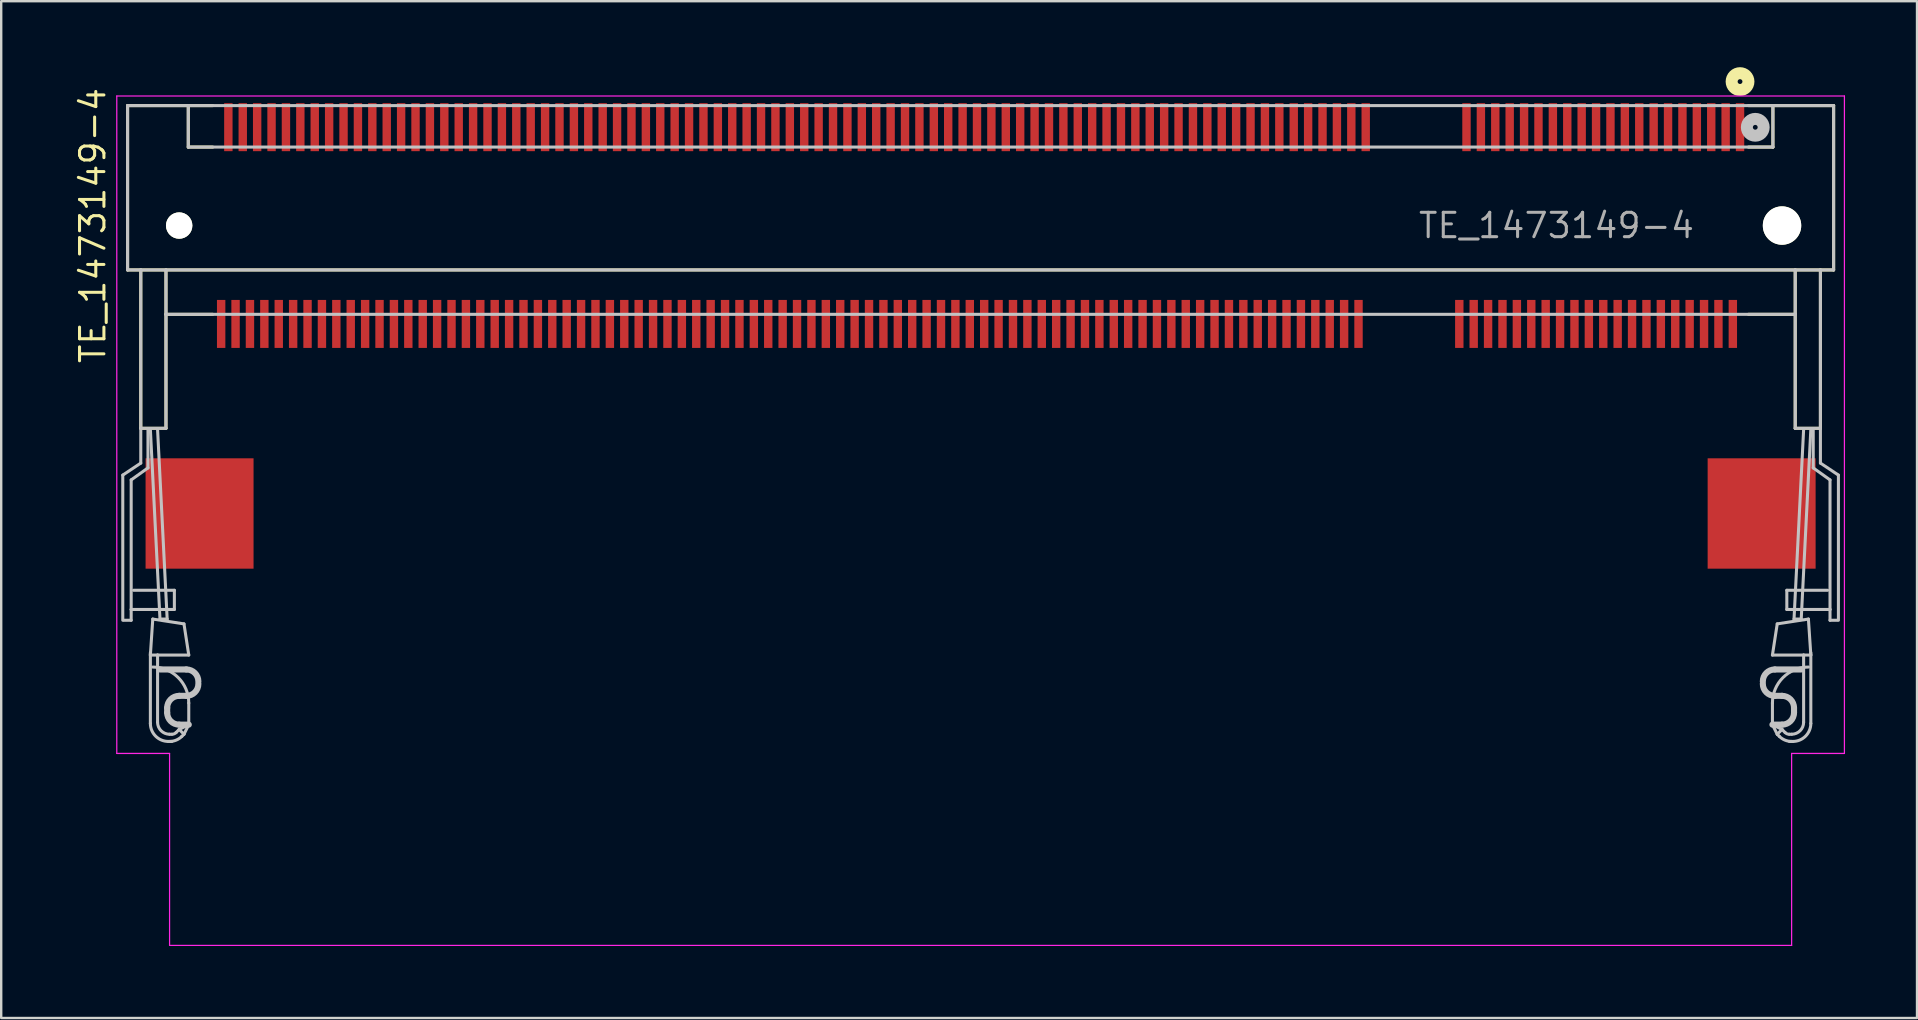
<source format=kicad_pcb>
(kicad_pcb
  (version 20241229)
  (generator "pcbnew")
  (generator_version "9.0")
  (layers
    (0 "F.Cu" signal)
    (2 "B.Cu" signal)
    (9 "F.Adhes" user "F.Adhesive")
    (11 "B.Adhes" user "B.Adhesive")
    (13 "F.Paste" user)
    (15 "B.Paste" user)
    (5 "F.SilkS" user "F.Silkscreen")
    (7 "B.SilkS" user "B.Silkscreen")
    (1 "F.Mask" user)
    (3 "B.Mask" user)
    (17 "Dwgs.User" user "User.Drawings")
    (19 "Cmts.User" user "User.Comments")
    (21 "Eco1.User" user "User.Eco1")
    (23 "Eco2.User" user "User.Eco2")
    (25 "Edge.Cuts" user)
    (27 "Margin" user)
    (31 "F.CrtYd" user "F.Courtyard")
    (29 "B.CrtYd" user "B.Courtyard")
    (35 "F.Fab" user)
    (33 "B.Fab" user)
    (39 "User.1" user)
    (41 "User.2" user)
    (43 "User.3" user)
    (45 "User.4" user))
  (footprint "TE_1473149-4"
    (layer "F.Cu")
    (at 37.817 6.35)
    (property "Reference" "TE_1473149-4" (at -37 0 90) (layer "F.SilkS") (effects (font (size 1.016 1.016) (thickness 0.127))))
    (attr smd)
    (fp_line (start -35.55 -5) (end -35.55 1.85) (stroke (width 0.127) (type solid)) (layer "F.SilkS"))
    (fp_line (start -35.55 -5) (end -33.02 -5) (stroke (width 0.127) (type solid)) (layer "F.SilkS"))
    (fp_line (start -35.55 1.85) (end -35 1.85) (stroke (width 0.127) (type solid)) (layer "F.SilkS"))
    (fp_line (start -35 1.85) (end -35 8.45) (stroke (width 0.127) (type solid)) (layer "F.SilkS"))
    (fp_line (start -35 1.85) (end -33.95 1.85) (stroke (width 0.127) (type solid)) (layer "F.SilkS"))
    (fp_line (start -33.95 1.85) (end -33.95 3.7) (stroke (width 0.127) (type solid)) (layer "F.SilkS"))
    (fp_line (start -33.95 1.85) (end 33.95 1.85) (stroke (width 0.127) (type solid)) (layer "F.SilkS"))
    (fp_line (start -33.95 3.7) (end -33.95 8.45) (stroke (width 0.127) (type solid)) (layer "F.SilkS"))
    (fp_line (start -33.95 3.7) (end -32 3.7) (stroke (width 0.127) (type solid)) (layer "F.SilkS"))
    (fp_line (start -33.95 8.45) (end -35 8.45) (stroke (width 0.127) (type solid)) (layer "F.SilkS"))
    (fp_line (start -33.02 -5) (end -33.02 -3.27) (stroke (width 0.127) (type solid)) (layer "F.SilkS"))
    (fp_line (start -33.02 -3.27) (end -32 -3.27) (stroke (width 0.127) (type solid)) (layer "F.SilkS"))
    (fp_line (start -33 -5) (end -32 -5) (stroke (width 0.127) (type solid)) (layer "F.SilkS"))
    (fp_line (start 32 -5) (end 33 -5) (stroke (width 0.127) (type solid)) (layer "F.SilkS"))
    (fp_line (start 32 3.7) (end 33.95 3.7) (stroke (width 0.127) (type solid)) (layer "F.SilkS"))
    (fp_line (start 33.02 -5) (end 33.02 -3.27) (stroke (width 0.127) (type solid)) (layer "F.SilkS"))
    (fp_line (start 33.02 -3.27) (end 32 -3.27) (stroke (width 0.127) (type solid)) (layer "F.SilkS"))
    (fp_line (start 33.95 1.85) (end 33.95 8.45) (stroke (width 0.127) (type solid)) (layer "F.SilkS"))
    (fp_line (start 33.95 1.85) (end 35 1.85) (stroke (width 0.127) (type solid)) (layer "F.SilkS"))
    (fp_line (start 33.95 8.45) (end 35 8.45) (stroke (width 0.127) (type solid)) (layer "F.SilkS"))
    (fp_line (start 35 1.85) (end 35.55 1.85) (stroke (width 0.127) (type solid)) (layer "F.SilkS"))
    (fp_line (start 35 8.45) (end 35 1.85) (stroke (width 0.127) (type solid)) (layer "F.SilkS"))
    (fp_line (start 35.55 -5) (end 33.02 -5) (stroke (width 0.127) (type solid)) (layer "F.SilkS"))
    (fp_line (start 35.55 1.85) (end 35.55 -5) (stroke (width 0.127) (type solid)) (layer "F.SilkS"))
    (fp_circle (center 31.65 -6) (end 31.75 -6) (stroke (width 0.5) (type solid)) (fill no) (layer "F.SilkS"))
    (fp_line (start -35.75 10.4) (end -35.75 16.45) (stroke (width 0.127) (type solid)) (layer "Dwgs.User"))
    (fp_line (start -35.7 16.45) (end -35.4 16.45) (stroke (width 0.127) (type solid)) (layer "Dwgs.User"))
    (fp_line (start -35.55 -5) (end -35.55 1.85) (stroke (width 0.127) (type solid)) (layer "Dwgs.User"))
    (fp_line (start -35.55 1.85) (end -35 1.85) (stroke (width 0.127) (type solid)) (layer "Dwgs.User"))
    (fp_line (start -35.4 16) (end -35.4 10.6) (stroke (width 0.127) (type solid)) (layer "Dwgs.User"))
    (fp_line (start -35.4 16.45) (end -35.4 16) (stroke (width 0.127) (type solid)) (layer "Dwgs.User"))
    (fp_line (start -35.3 15.2) (end -33.6 15.2) (stroke (width 0.127) (type solid)) (layer "Dwgs.User"))
    (fp_line (start -35 1.85) (end -35 8.45) (stroke (width 0.127) (type solid)) (layer "Dwgs.User"))
    (fp_line (start -35 1.85) (end -33.95 1.85) (stroke (width 0.127) (type solid)) (layer "Dwgs.User"))
    (fp_line (start -35 8.45) (end -35 9.9) (stroke (width 0.127) (type solid)) (layer "Dwgs.User"))
    (fp_line (start -35 8.45) (end -33.95 8.45) (stroke (width 0.127) (type solid)) (layer "Dwgs.User"))
    (fp_line (start -35 9.9) (end -35.75 10.4) (stroke (width 0.127) (type solid)) (layer "Dwgs.User"))
    (fp_line (start -34.7 8.5) (end -34.7 10.1) (stroke (width 0.127) (type solid)) (layer "Dwgs.User"))
    (fp_line (start -34.7 10.1) (end -35.4 10.6) (stroke (width 0.127) (type solid)) (layer "Dwgs.User"))
    (fp_line (start -34.6 8.5) (end -34.2 16.4) (stroke (width 0.127) (type solid)) (layer "Dwgs.User"))
    (fp_line (start -34.6 17.8) (end -34.6 20.75) (stroke (width 0.127) (type solid)) (layer "Dwgs.User"))
    (fp_line (start -34.6 17.9) (end -34.5 16.4) (stroke (width 0.127) (type solid)) (layer "Dwgs.User"))
    (fp_line (start -34.5 16.4) (end -33.2 16.6) (stroke (width 0.127) (type solid)) (layer "Dwgs.User"))
    (fp_line (start -34.3 17.9) (end -34.6 17.9) (stroke (width 0.127) (type solid)) (layer "Dwgs.User"))
    (fp_line (start -34.3 20.7) (end -34.3 17.9) (stroke (width 0.127) (type solid)) (layer "Dwgs.User"))
    (fp_line (start -34.2 16.4) (end -33.9 16.4) (stroke (width 0.127) (type solid)) (layer "Dwgs.User"))
    (fp_line (start -33.95 1.85) (end 33.95 1.85) (stroke (width 0.127) (type solid)) (layer "Dwgs.User"))
    (fp_line (start -33.95 3.7) (end -33.95 1.85) (stroke (width 0.127) (type solid)) (layer "Dwgs.User"))
    (fp_line (start -33.95 8.45) (end -33.95 3.7) (stroke (width 0.127) (type solid)) (layer "Dwgs.User"))
    (fp_line (start -33.9 16.4) (end -34.3 8.5) (stroke (width 0.127) (type solid)) (layer "Dwgs.User"))
    (fp_line (start -33.9 20.3) (end -33.9 20.1) (stroke (width 0.254) (type solid)) (layer "Dwgs.User"))
    (fp_line (start -33.85 21.5) (end -33.8 21.5) (stroke (width 0.127) (type solid)) (layer "Dwgs.User"))
    (fp_line (start -33.8 21.5) (end -33.707 21.5) (stroke (width 0.127) (type solid)) (layer "Dwgs.User"))
    (fp_line (start -33.707 21.2) (end -33.8 21.2) (stroke (width 0.127) (type solid)) (layer "Dwgs.User"))
    (fp_line (start -33.6 15.2) (end -33.6 16) (stroke (width 0.127) (type solid)) (layer "Dwgs.User"))
    (fp_line (start -33.6 16) (end -35.4 16) (stroke (width 0.127) (type solid)) (layer "Dwgs.User"))
    (fp_line (start -33.529 21.129) (end -33.4 21) (stroke (width 0.127) (type solid)) (layer "Dwgs.User"))
    (fp_line (start -33.4 19.6) (end -33.1 19.6) (stroke (width 0.254) (type solid)) (layer "Dwgs.User"))
    (fp_line (start -33.288 21.288) (end -33.2 21.2) (stroke (width 0.127) (type solid)) (layer "Dwgs.User"))
    (fp_line (start -33.2 16.6) (end -33 17.9) (stroke (width 0.127) (type solid)) (layer "Dwgs.User"))
    (fp_line (start -33.2 21.2) (end -33.4 21) (stroke (width 0.127) (type solid)) (layer "Dwgs.User"))
    (fp_line (start -33.2 21.2) (end -33 20.8) (stroke (width 0.127) (type solid)) (layer "Dwgs.User"))
    (fp_line (start -33.1 18.5) (end -34.2 18.5) (stroke (width 0.254) (type solid)) (layer "Dwgs.User"))
    (fp_line (start -33.02 -5) (end -35.55 -5) (stroke (width 0.127) (type solid)) (layer "Dwgs.User"))
    (fp_line (start -33.02 -3.27) (end -33.02 -5) (stroke (width 0.127) (type solid)) (layer "Dwgs.User"))
    (fp_line (start -33 17.9) (end -34.3 17.9) (stroke (width 0.127) (type solid)) (layer "Dwgs.User"))
    (fp_line (start -33 20.8) (end -33.4 20.8) (stroke (width 0.254) (type solid)) (layer "Dwgs.User"))
    (fp_line (start -33 20.8) (end -33.4 21) (stroke (width 0.127) (type solid)) (layer "Dwgs.User"))
    (fp_line (start -33 20.8) (end -33 19.9) (stroke (width 0.127) (type solid)) (layer "Dwgs.User"))
    (fp_line (start -32.6 19.1) (end -32.6 19) (stroke (width 0.127) (type solid)) (layer "Dwgs.User"))
    (fp_line (start 32.6 19.1) (end 32.6 19) (stroke (width 0.127) (type solid)) (layer "Dwgs.User"))
    (fp_line (start 33 17.9) (end 34.3 17.9) (stroke (width 0.127) (type solid)) (layer "Dwgs.User"))
    (fp_line (start 33 20.8) (end 33 19.9) (stroke (width 0.127) (type solid)) (layer "Dwgs.User"))
    (fp_line (start 33 20.8) (end 33.4 20.8) (stroke (width 0.254) (type solid)) (layer "Dwgs.User"))
    (fp_line (start 33 20.8) (end 33.4 21) (stroke (width 0.127) (type solid)) (layer "Dwgs.User"))
    (fp_line (start 33.02 -5) (end -33.02 -5) (stroke (width 0.127) (type solid)) (layer "Dwgs.User"))
    (fp_line (start 33.02 -5) (end 33.02 -3.27) (stroke (width 0.127) (type solid)) (layer "Dwgs.User"))
    (fp_line (start 33.02 -3.27) (end -33.02 -3.27) (stroke (width 0.127) (type solid)) (layer "Dwgs.User"))
    (fp_line (start 33.1 18.5) (end 34.2 18.5) (stroke (width 0.254) (type solid)) (layer "Dwgs.User"))
    (fp_line (start 33.2 16.6) (end 33 17.9) (stroke (width 0.127) (type solid)) (layer "Dwgs.User"))
    (fp_line (start 33.2 21.2) (end 33 20.8) (stroke (width 0.127) (type solid)) (layer "Dwgs.User"))
    (fp_line (start 33.2 21.2) (end 33.4 21) (stroke (width 0.127) (type solid)) (layer "Dwgs.User"))
    (fp_line (start 33.288 21.288) (end 33.2 21.2) (stroke (width 0.127) (type solid)) (layer "Dwgs.User"))
    (fp_line (start 33.4 19.6) (end 33.1 19.6) (stroke (width 0.254) (type solid)) (layer "Dwgs.User"))
    (fp_line (start 33.529 21.129) (end 33.4 21) (stroke (width 0.127) (type solid)) (layer "Dwgs.User"))
    (fp_line (start 33.6 15.2) (end 33.6 16) (stroke (width 0.127) (type solid)) (layer "Dwgs.User"))
    (fp_line (start 33.6 16) (end 35.4 16) (stroke (width 0.127) (type solid)) (layer "Dwgs.User"))
    (fp_line (start 33.707 21.2) (end 33.8 21.2) (stroke (width 0.127) (type solid)) (layer "Dwgs.User"))
    (fp_line (start 33.8 21.5) (end 33.707 21.5) (stroke (width 0.127) (type solid)) (layer "Dwgs.User"))
    (fp_line (start 33.85 21.5) (end 33.8 21.5) (stroke (width 0.127) (type solid)) (layer "Dwgs.User"))
    (fp_line (start 33.9 16.4) (end 34.3 8.5) (stroke (width 0.127) (type solid)) (layer "Dwgs.User"))
    (fp_line (start 33.9 20.3) (end 33.9 20.1) (stroke (width 0.254) (type solid)) (layer "Dwgs.User"))
    (fp_line (start 33.95 1.85) (end 33.95 3.7) (stroke (width 0.127) (type solid)) (layer "Dwgs.User"))
    (fp_line (start 33.95 1.85) (end 35.55 1.85) (stroke (width 0.127) (type solid)) (layer "Dwgs.User"))
    (fp_line (start 33.95 3.7) (end -33.95 3.7) (stroke (width 0.127) (type solid)) (layer "Dwgs.User"))
    (fp_line (start 33.95 8.45) (end 33.95 3.7) (stroke (width 0.127) (type solid)) (layer "Dwgs.User"))
    (fp_line (start 34.2 16.4) (end 33.9 16.4) (stroke (width 0.127) (type solid)) (layer "Dwgs.User"))
    (fp_line (start 34.3 17.9) (end 34.6 17.9) (stroke (width 0.127) (type solid)) (layer "Dwgs.User"))
    (fp_line (start 34.3 20.7) (end 34.3 17.9) (stroke (width 0.127) (type solid)) (layer "Dwgs.User"))
    (fp_line (start 34.5 16.4) (end 33.2 16.6) (stroke (width 0.127) (type solid)) (layer "Dwgs.User"))
    (fp_line (start 34.6 8.5) (end 34.2 16.4) (stroke (width 0.127) (type solid)) (layer "Dwgs.User"))
    (fp_line (start 34.6 17.8) (end 34.6 20.75) (stroke (width 0.127) (type solid)) (layer "Dwgs.User"))
    (fp_line (start 34.6 17.9) (end 34.5 16.4) (stroke (width 0.127) (type solid)) (layer "Dwgs.User"))
    (fp_line (start 34.7 8.5) (end 34.7 10.1) (stroke (width 0.127) (type solid)) (layer "Dwgs.User"))
    (fp_line (start 34.7 10.1) (end 35.4 10.6) (stroke (width 0.127) (type solid)) (layer "Dwgs.User"))
    (fp_line (start 35 1.85) (end 35 8.45) (stroke (width 0.127) (type solid)) (layer "Dwgs.User"))
    (fp_line (start 35 8.45) (end 33.95 8.45) (stroke (width 0.127) (type solid)) (layer "Dwgs.User"))
    (fp_line (start 35 8.45) (end 35 9.9) (stroke (width 0.127) (type solid)) (layer "Dwgs.User"))
    (fp_line (start 35 9.9) (end 35.75 10.4) (stroke (width 0.127) (type solid)) (layer "Dwgs.User"))
    (fp_line (start 35.3 15.2) (end 33.6 15.2) (stroke (width 0.127) (type solid)) (layer "Dwgs.User"))
    (fp_line (start 35.4 16) (end 35.4 10.6) (stroke (width 0.127) (type solid)) (layer "Dwgs.User"))
    (fp_line (start 35.4 16.45) (end 35.4 16) (stroke (width 0.127) (type solid)) (layer "Dwgs.User"))
    (fp_line (start 35.55 -5) (end 33.02 -5) (stroke (width 0.127) (type solid)) (layer "Dwgs.User"))
    (fp_line (start 35.55 1.85) (end 35.55 -5) (stroke (width 0.127) (type solid)) (layer "Dwgs.User"))
    (fp_line (start 35.7 16.45) (end 35.4 16.45) (stroke (width 0.127) (type solid)) (layer "Dwgs.User"))
    (fp_line (start 35.75 10.4) (end 35.75 16.45) (stroke (width 0.127) (type solid)) (layer "Dwgs.User"))
    (fp_arc (start -34.5 18.4) (mid -33.43934 18.83934) (end -33 19.9) (stroke (width 0.127) (type solid)) (layer "Dwgs.User"))
    (fp_arc (start -33.9 20.1) (mid -33.753553 19.746447) (end -33.4 19.6) (stroke (width 0.254) (type solid)) (layer "Dwgs.User"))
    (fp_arc (start -33.85 21.5) (mid -34.38033 21.28033) (end -34.6 20.75) (stroke (width 0.127) (type solid)) (layer "Dwgs.User"))
    (fp_arc (start -33.8 21.2) (mid -34.153553 21.053553) (end -34.3 20.7) (stroke (width 0.127) (type solid)) (layer "Dwgs.User"))
    (fp_arc (start -33.5293 21.1293) (mid -33.607423 21.18155) (end -33.699579 21.200006) (stroke (width 0.127) (type solid)) (layer "Dwgs.User"))
    (fp_arc (start -33.4 20.8) (mid -33.753553 20.653553) (end -33.9 20.3) (stroke (width 0.254) (type solid)) (layer "Dwgs.User"))
    (fp_arc (start -33.2879 21.2879) (mid -33.52227 21.444649) (end -33.798736 21.500018) (stroke (width 0.127) (type solid)) (layer "Dwgs.User"))
    (fp_arc (start -33.1 18.5) (mid -32.746447 18.646447) (end -32.6 19) (stroke (width 0.254) (type solid)) (layer "Dwgs.User"))
    (fp_arc (start -32.6 19.1) (mid -32.746447 19.453553) (end -33.1 19.6) (stroke (width 0.254) (type solid)) (layer "Dwgs.User"))
    (fp_arc (start 32.6 19) (mid 32.746447 18.646447) (end 33.1 18.5) (stroke (width 0.254) (type solid)) (layer "Dwgs.User"))
    (fp_arc (start 33 19.9) (mid 33.43934 18.83934) (end 34.5 18.4) (stroke (width 0.127) (type solid)) (layer "Dwgs.User"))
    (fp_arc (start 33.1 19.6) (mid 32.746447 19.453553) (end 32.6 19.1) (stroke (width 0.254) (type solid)) (layer "Dwgs.User"))
    (fp_arc (start 33.4 19.6) (mid 33.753553 19.746447) (end 33.9 20.1) (stroke (width 0.254) (type solid)) (layer "Dwgs.User"))
    (fp_arc (start 33.699579 21.200006) (mid 33.607423 21.18155) (end 33.5293 21.1293) (stroke (width 0.127) (type solid)) (layer "Dwgs.User"))
    (fp_arc (start 33.798736 21.500018) (mid 33.52227 21.444649) (end 33.2879 21.2879) (stroke (width 0.127) (type solid)) (layer "Dwgs.User"))
    (fp_arc (start 33.9 20.3) (mid 33.753553 20.653553) (end 33.4 20.8) (stroke (width 0.254) (type solid)) (layer "Dwgs.User"))
    (fp_arc (start 34.3 20.7) (mid 34.153553 21.053553) (end 33.8 21.2) (stroke (width 0.127) (type solid)) (layer "Dwgs.User"))
    (fp_arc (start 34.6 20.75) (mid 34.38033 21.28033) (end 33.85 21.5) (stroke (width 0.127) (type solid)) (layer "Dwgs.User"))
    (fp_circle (center 32.285 -4.095) (end 32.385 -4.095) (stroke (width 0.5) (type solid)) (fill no) (layer "Dwgs.User"))
    (fp_line (start -36 -5.35) (end 36 -5.35) (stroke (width 0.05) (type solid)) (layer "Eco1.User"))
    (fp_line (start -36 21.75) (end -36 -5.35) (stroke (width 0.05) (type solid)) (layer "Eco1.User"))
    (fp_line (start -36 21.75) (end -30.05 21.75) (stroke (width 0.05) (type solid)) (layer "Eco1.User"))
    (fp_line (start -30.05 5.35) (end 30.05 5.35) (stroke (width 0.05) (type solid)) (layer "Eco1.User"))
    (fp_line (start -30.05 21.75) (end -30.05 5.35) (stroke (width 0.05) (type solid)) (layer "Eco1.User"))
    (fp_line (start 30.05 5.35) (end 30.05 21.75) (stroke (width 0.05) (type solid)) (layer "Eco1.User"))
    (fp_line (start 30.05 21.75) (end 36 21.75) (stroke (width 0.05) (type solid)) (layer "Eco1.User"))
    (fp_line (start 36 -5.35) (end 36 21.75) (stroke (width 0.05) (type solid)) (layer "Eco1.User"))
    (fp_line (start -36 22) (end -36 -5.4) (stroke (width 0.051) (type solid)) (layer "F.CrtYd"))
    (fp_line (start -33.8 22) (end -36 22) (stroke (width 0.051) (type solid)) (layer "F.CrtYd"))
    (fp_line (start -33.8 22) (end -33.8 30) (stroke (width 0.051) (type solid)) (layer "F.CrtYd"))
    (fp_line (start -33.8 30) (end 33.8 30) (stroke (width 0.051) (type solid)) (layer "F.CrtYd"))
    (fp_line (start 33.8 22) (end 36 22) (stroke (width 0.051) (type solid)) (layer "F.CrtYd"))
    (fp_line (start 33.8 30) (end 33.8 22) (stroke (width 0.051) (type solid)) (layer "F.CrtYd"))
    (fp_line (start 36 -5.4) (end -36 -5.4) (stroke (width 0.051) (type solid)) (layer "F.CrtYd"))
    (fp_line (start 36 22) (end 36 -5.4) (stroke (width 0.051) (type solid)) (layer "F.CrtYd"))
    (fp_text user "${REFERENCE}" (at 24 0 0) (layer "F.Fab") (effects (font (size 1.016 1.016) (thickness 0.127))))
    (pad "" np_thru_hole circle (at -33.4 0) (size 1.1 1.1) (drill 1.1) (layers "*.Cu" "*.Mask" "F.SilkS"))
    (pad "" np_thru_hole circle (at 33.4 0) (size 1.6 1.6) (drill 1.6) (layers "*.Cu" "*.Mask" "F.SilkS"))
    (pad "1" smd rect (at 31.65 -4.1 90) (size 2 0.35) (layers "F.Cu" "F.Mask" "F.Paste"))
    (pad "2" smd rect (at 31.35 4.1 90) (size 2 0.35) (layers "F.Cu" "F.Mask" "F.Paste"))
    (pad "3" smd rect (at 31.05 -4.1 90) (size 2 0.35) (layers "F.Cu" "F.Mask" "F.Paste"))
    (pad "4" smd rect (at 30.75 4.1 90) (size 2 0.35) (layers "F.Cu" "F.Mask" "F.Paste"))
    (pad "5" smd rect (at 30.45 -4.1 90) (size 2 0.35) (layers "F.Cu" "F.Mask" "F.Paste"))
    (pad "6" smd rect (at 30.15 4.1 90) (size 2 0.35) (layers "F.Cu" "F.Mask" "F.Paste"))
    (pad "7" smd rect (at 29.85 -4.1 90) (size 2 0.35) (layers "F.Cu" "F.Mask" "F.Paste"))
    (pad "8" smd rect (at 29.55 4.1 90) (size 2 0.35) (layers "F.Cu" "F.Mask" "F.Paste"))
    (pad "9" smd rect (at 29.25 -4.1 90) (size 2 0.35) (layers "F.Cu" "F.Mask" "F.Paste"))
    (pad "10" smd rect (at 28.95 4.1 90) (size 2 0.35) (layers "F.Cu" "F.Mask" "F.Paste"))
    (pad "11" smd rect (at 28.65 -4.1 90) (size 2 0.35) (layers "F.Cu" "F.Mask" "F.Paste"))
    (pad "12" smd rect (at 28.35 4.1 90) (size 2 0.35) (layers "F.Cu" "F.Mask" "F.Paste"))
    (pad "13" smd rect (at 28.05 -4.1 90) (size 2 0.35) (layers "F.Cu" "F.Mask" "F.Paste"))
    (pad "14" smd rect (at 27.75 4.1 90) (size 2 0.35) (layers "F.Cu" "F.Mask" "F.Paste"))
    (pad "15" smd rect (at 27.45 -4.1 90) (size 2 0.35) (layers "F.Cu" "F.Mask" "F.Paste"))
    (pad "16" smd rect (at 27.15 4.1 90) (size 2 0.35) (layers "F.Cu" "F.Mask" "F.Paste"))
    (pad "17" smd rect (at 26.85 -4.1 90) (size 2 0.35) (layers "F.Cu" "F.Mask" "F.Paste"))
    (pad "18" smd rect (at 26.55 4.1 90) (size 2 0.35) (layers "F.Cu" "F.Mask" "F.Paste"))
    (pad "19" smd rect (at 26.25 -4.1 90) (size 2 0.35) (layers "F.Cu" "F.Mask" "F.Paste"))
    (pad "20" smd rect (at 25.95 4.1 90) (size 2 0.35) (layers "F.Cu" "F.Mask" "F.Paste"))
    (pad "21" smd rect (at 25.65 -4.1 90) (size 2 0.35) (layers "F.Cu" "F.Mask" "F.Paste"))
    (pad "22" smd rect (at 25.35 4.1 90) (size 2 0.35) (layers "F.Cu" "F.Mask" "F.Paste"))
    (pad "23" smd rect (at 25.05 -4.1 90) (size 2 0.35) (layers "F.Cu" "F.Mask" "F.Paste"))
    (pad "24" smd rect (at 24.75 4.1 90) (size 2 0.35) (layers "F.Cu" "F.Mask" "F.Paste"))
    (pad "25" smd rect (at 24.45 -4.1 90) (size 2 0.35) (layers "F.Cu" "F.Mask" "F.Paste"))
    (pad "26" smd rect (at 24.15 4.1 90) (size 2 0.35) (layers "F.Cu" "F.Mask" "F.Paste"))
    (pad "27" smd rect (at 23.85 -4.1 90) (size 2 0.35) (layers "F.Cu" "F.Mask" "F.Paste"))
    (pad "28" smd rect (at 23.55 4.1 90) (size 2 0.35) (layers "F.Cu" "F.Mask" "F.Paste"))
    (pad "29" smd rect (at 23.25 -4.1 90) (size 2 0.35) (layers "F.Cu" "F.Mask" "F.Paste"))
    (pad "30" smd rect (at 22.95 4.1 90) (size 2 0.35) (layers "F.Cu" "F.Mask" "F.Paste"))
    (pad "31" smd rect (at 22.65 -4.1 90) (size 2 0.35) (layers "F.Cu" "F.Mask" "F.Paste"))
    (pad "32" smd rect (at 22.35 4.1 90) (size 2 0.35) (layers "F.Cu" "F.Mask" "F.Paste"))
    (pad "33" smd rect (at 22.05 -4.1 90) (size 2 0.35) (layers "F.Cu" "F.Mask" "F.Paste"))
    (pad "34" smd rect (at 21.75 4.1 90) (size 2 0.35) (layers "F.Cu" "F.Mask" "F.Paste"))
    (pad "35" smd rect (at 21.45 -4.1 90) (size 2 0.35) (layers "F.Cu" "F.Mask" "F.Paste"))
    (pad "36" smd rect (at 21.15 4.1 90) (size 2 0.35) (layers "F.Cu" "F.Mask" "F.Paste"))
    (pad "37" smd rect (at 20.85 -4.1 90) (size 2 0.35) (layers "F.Cu" "F.Mask" "F.Paste"))
    (pad "38" smd rect (at 20.55 4.1 90) (size 2 0.35) (layers "F.Cu" "F.Mask" "F.Paste"))
    (pad "39" smd rect (at 20.25 -4.1 90) (size 2 0.35) (layers "F.Cu" "F.Mask" "F.Paste"))
    (pad "40" smd rect (at 19.95 4.1 90) (size 2 0.35) (layers "F.Cu" "F.Mask" "F.Paste"))
    (pad "41" smd rect (at 16.05 -4.1 90) (size 2 0.35) (layers "F.Cu" "F.Mask" "F.Paste"))
    (pad "42" smd rect (at 15.75 4.1 90) (size 2 0.35) (layers "F.Cu" "F.Mask" "F.Paste"))
    (pad "43" smd rect (at 15.45 -4.1 90) (size 2 0.35) (layers "F.Cu" "F.Mask" "F.Paste"))
    (pad "44" smd rect (at 15.15 4.1 90) (size 2 0.35) (layers "F.Cu" "F.Mask" "F.Paste"))
    (pad "45" smd rect (at 14.85 -4.1 90) (size 2 0.35) (layers "F.Cu" "F.Mask" "F.Paste"))
    (pad "46" smd rect (at 14.55 4.1 90) (size 2 0.35) (layers "F.Cu" "F.Mask" "F.Paste"))
    (pad "47" smd rect (at 14.25 -4.1 90) (size 2 0.35) (layers "F.Cu" "F.Mask" "F.Paste"))
    (pad "48" smd rect (at 13.95 4.1 90) (size 2 0.35) (layers "F.Cu" "F.Mask" "F.Paste"))
    (pad "49" smd rect (at 13.65 -4.1 90) (size 2 0.35) (layers "F.Cu" "F.Mask" "F.Paste"))
    (pad "50" smd rect (at 13.35 4.1 90) (size 2 0.35) (layers "F.Cu" "F.Mask" "F.Paste"))
    (pad "51" smd rect (at 13.05 -4.1 90) (size 2 0.35) (layers "F.Cu" "F.Mask" "F.Paste"))
    (pad "52" smd rect (at 12.75 4.1 90) (size 2 0.35) (layers "F.Cu" "F.Mask" "F.Paste"))
    (pad "53" smd rect (at 12.45 -4.1 90) (size 2 0.35) (layers "F.Cu" "F.Mask" "F.Paste"))
    (pad "54" smd rect (at 12.15 4.1 90) (size 2 0.35) (layers "F.Cu" "F.Mask" "F.Paste"))
    (pad "55" smd rect (at 11.85 -4.1 90) (size 2 0.35) (layers "F.Cu" "F.Mask" "F.Paste"))
    (pad "56" smd rect (at 11.55 4.1 90) (size 2 0.35) (layers "F.Cu" "F.Mask" "F.Paste"))
    (pad "57" smd rect (at 11.25 -4.1 90) (size 2 0.35) (layers "F.Cu" "F.Mask" "F.Paste"))
    (pad "58" smd rect (at 10.95 4.1 90) (size 2 0.35) (layers "F.Cu" "F.Mask" "F.Paste"))
    (pad "59" smd rect (at 10.65 -4.1 90) (size 2 0.35) (layers "F.Cu" "F.Mask" "F.Paste"))
    (pad "60" smd rect (at 10.35 4.1 90) (size 2 0.35) (layers "F.Cu" "F.Mask" "F.Paste"))
    (pad "61" smd rect (at 10.05 -4.1 90) (size 2 0.35) (layers "F.Cu" "F.Mask" "F.Paste"))
    (pad "62" smd rect (at 9.75 4.1 90) (size 2 0.35) (layers "F.Cu" "F.Mask" "F.Paste"))
    (pad "63" smd rect (at 9.45 -4.1 90) (size 2 0.35) (layers "F.Cu" "F.Mask" "F.Paste"))
    (pad "64" smd rect (at 9.15 4.1 90) (size 2 0.35) (layers "F.Cu" "F.Mask" "F.Paste"))
    (pad "65" smd rect (at 8.85 -4.1 90) (size 2 0.35) (layers "F.Cu" "F.Mask" "F.Paste"))
    (pad "66" smd rect (at 8.55 4.1 90) (size 2 0.35) (layers "F.Cu" "F.Mask" "F.Paste"))
    (pad "67" smd rect (at 8.25 -4.1 90) (size 2 0.35) (layers "F.Cu" "F.Mask" "F.Paste"))
    (pad "68" smd rect (at 7.95 4.1 90) (size 2 0.35) (layers "F.Cu" "F.Mask" "F.Paste"))
    (pad "69" smd rect (at 7.65 -4.1 90) (size 2 0.35) (layers "F.Cu" "F.Mask" "F.Paste"))
    (pad "70" smd rect (at 7.35 4.1 90) (size 2 0.35) (layers "F.Cu" "F.Mask" "F.Paste"))
    (pad "71" smd rect (at 7.05 -4.1 90) (size 2 0.35) (layers "F.Cu" "F.Mask" "F.Paste"))
    (pad "72" smd rect (at 6.75 4.1 90) (size 2 0.35) (layers "F.Cu" "F.Mask" "F.Paste"))
    (pad "73" smd rect (at 6.45 -4.1 90) (size 2 0.35) (layers "F.Cu" "F.Mask" "F.Paste"))
    (pad "74" smd rect (at 6.15 4.1 90) (size 2 0.35) (layers "F.Cu" "F.Mask" "F.Paste"))
    (pad "75" smd rect (at 5.85 -4.1 90) (size 2 0.35) (layers "F.Cu" "F.Mask" "F.Paste"))
    (pad "76" smd rect (at 5.55 4.1 90) (size 2 0.35) (layers "F.Cu" "F.Mask" "F.Paste"))
    (pad "77" smd rect (at 5.25 -4.1 90) (size 2 0.35) (layers "F.Cu" "F.Mask" "F.Paste"))
    (pad "78" smd rect (at 4.95 4.1 90) (size 2 0.35) (layers "F.Cu" "F.Mask" "F.Paste"))
    (pad "79" smd rect (at 4.65 -4.1 90) (size 2 0.35) (layers "F.Cu" "F.Mask" "F.Paste"))
    (pad "80" smd rect (at 4.35 4.1 90) (size 2 0.35) (layers "F.Cu" "F.Mask" "F.Paste"))
    (pad "81" smd rect (at 4.05 -4.1 90) (size 2 0.35) (layers "F.Cu" "F.Mask" "F.Paste"))
    (pad "82" smd rect (at 3.75 4.1 90) (size 2 0.35) (layers "F.Cu" "F.Mask" "F.Paste"))
    (pad "83" smd rect (at 3.45 -4.1 90) (size 2 0.35) (layers "F.Cu" "F.Mask" "F.Paste"))
    (pad "84" smd rect (at 3.15 4.1 90) (size 2 0.35) (layers "F.Cu" "F.Mask" "F.Paste"))
    (pad "85" smd rect (at 2.85 -4.1 90) (size 2 0.35) (layers "F.Cu" "F.Mask" "F.Paste"))
    (pad "86" smd rect (at 2.55 4.1 90) (size 2 0.35) (layers "F.Cu" "F.Mask" "F.Paste"))
    (pad "87" smd rect (at 2.25 -4.1 90) (size 2 0.35) (layers "F.Cu" "F.Mask" "F.Paste"))
    (pad "88" smd rect (at 1.95 4.1 90) (size 2 0.35) (layers "F.Cu" "F.Mask" "F.Paste"))
    (pad "89" smd rect (at 1.65 -4.1 90) (size 2 0.35) (layers "F.Cu" "F.Mask" "F.Paste"))
    (pad "90" smd rect (at 1.35 4.1 90) (size 2 0.35) (layers "F.Cu" "F.Mask" "F.Paste"))
    (pad "91" smd rect (at 1.05 -4.1 90) (size 2 0.35) (layers "F.Cu" "F.Mask" "F.Paste"))
    (pad "92" smd rect (at 0.75 4.1 90) (size 2 0.35) (layers "F.Cu" "F.Mask" "F.Paste"))
    (pad "93" smd rect (at 0.45 -4.1 90) (size 2 0.35) (layers "F.Cu" "F.Mask" "F.Paste"))
    (pad "94" smd rect (at 0.15 4.1 90) (size 2 0.35) (layers "F.Cu" "F.Mask" "F.Paste"))
    (pad "95" smd rect (at -0.15 -4.1 90) (size 2 0.35) (layers "F.Cu" "F.Mask" "F.Paste"))
    (pad "96" smd rect (at -0.45 4.1 90) (size 2 0.35) (layers "F.Cu" "F.Mask" "F.Paste"))
    (pad "97" smd rect (at -0.75 -4.1 90) (size 2 0.35) (layers "F.Cu" "F.Mask" "F.Paste"))
    (pad "98" smd rect (at -1.05 4.1 90) (size 2 0.35) (layers "F.Cu" "F.Mask" "F.Paste"))
    (pad "99" smd rect (at -1.35 -4.1 90) (size 2 0.35) (layers "F.Cu" "F.Mask" "F.Paste"))
    (pad "100" smd rect (at -1.65 4.1 90) (size 2 0.35) (layers "F.Cu" "F.Mask" "F.Paste"))
    (pad "101" smd rect (at -1.95 -4.1 90) (size 2 0.35) (layers "F.Cu" "F.Mask" "F.Paste"))
    (pad "102" smd rect (at -2.25 4.1 90) (size 2 0.35) (layers "F.Cu" "F.Mask" "F.Paste"))
    (pad "103" smd rect (at -2.55 -4.1 90) (size 2 0.35) (layers "F.Cu" "F.Mask" "F.Paste"))
    (pad "104" smd rect (at -2.85 4.1 90) (size 2 0.35) (layers "F.Cu" "F.Mask" "F.Paste"))
    (pad "105" smd rect (at -3.15 -4.1 90) (size 2 0.35) (layers "F.Cu" "F.Mask" "F.Paste"))
    (pad "106" smd rect (at -3.45 4.1 90) (size 2 0.35) (layers "F.Cu" "F.Mask" "F.Paste"))
    (pad "107" smd rect (at -3.75 -4.1 90) (size 2 0.35) (layers "F.Cu" "F.Mask" "F.Paste"))
    (pad "108" smd rect (at -4.05 4.1 90) (size 2 0.35) (layers "F.Cu" "F.Mask" "F.Paste"))
    (pad "109" smd rect (at -4.35 -4.1 90) (size 2 0.35) (layers "F.Cu" "F.Mask" "F.Paste"))
    (pad "110" smd rect (at -4.65 4.1 90) (size 2 0.35) (layers "F.Cu" "F.Mask" "F.Paste"))
    (pad "111" smd rect (at -4.95 -4.1 90) (size 2 0.35) (layers "F.Cu" "F.Mask" "F.Paste"))
    (pad "112" smd rect (at -5.25 4.1 90) (size 2 0.35) (layers "F.Cu" "F.Mask" "F.Paste"))
    (pad "113" smd rect (at -5.55 -4.1 90) (size 2 0.35) (layers "F.Cu" "F.Mask" "F.Paste"))
    (pad "114" smd rect (at -5.85 4.1 90) (size 2 0.35) (layers "F.Cu" "F.Mask" "F.Paste"))
    (pad "115" smd rect (at -6.15 -4.1 90) (size 2 0.35) (layers "F.Cu" "F.Mask" "F.Paste"))
    (pad "116" smd rect (at -6.45 4.1 90) (size 2 0.35) (layers "F.Cu" "F.Mask" "F.Paste"))
    (pad "117" smd rect (at -6.75 -4.1 90) (size 2 0.35) (layers "F.Cu" "F.Mask" "F.Paste"))
    (pad "118" smd rect (at -7.05 4.1 90) (size 2 0.35) (layers "F.Cu" "F.Mask" "F.Paste"))
    (pad "119" smd rect (at -7.35 -4.1 90) (size 2 0.35) (layers "F.Cu" "F.Mask" "F.Paste"))
    (pad "120" smd rect (at -7.65 4.1 90) (size 2 0.35) (layers "F.Cu" "F.Mask" "F.Paste"))
    (pad "121" smd rect (at -7.95 -4.1 90) (size 2 0.35) (layers "F.Cu" "F.Mask" "F.Paste"))
    (pad "122" smd rect (at -8.25 4.1 90) (size 2 0.35) (layers "F.Cu" "F.Mask" "F.Paste"))
    (pad "123" smd rect (at -8.55 -4.1 90) (size 2 0.35) (layers "F.Cu" "F.Mask" "F.Paste"))
    (pad "124" smd rect (at -8.85 4.1 90) (size 2 0.35) (layers "F.Cu" "F.Mask" "F.Paste"))
    (pad "125" smd rect (at -9.15 -4.1 90) (size 2 0.35) (layers "F.Cu" "F.Mask" "F.Paste"))
    (pad "126" smd rect (at -9.45 4.1 90) (size 2 0.35) (layers "F.Cu" "F.Mask" "F.Paste"))
    (pad "127" smd rect (at -9.75 -4.1 90) (size 2 0.35) (layers "F.Cu" "F.Mask" "F.Paste"))
    (pad "128" smd rect (at -10.05 4.1 90) (size 2 0.35) (layers "F.Cu" "F.Mask" "F.Paste"))
    (pad "129" smd rect (at -10.35 -4.1 90) (size 2 0.35) (layers "F.Cu" "F.Mask" "F.Paste"))
    (pad "130" smd rect (at -10.65 4.1 90) (size 2 0.35) (layers "F.Cu" "F.Mask" "F.Paste"))
    (pad "131" smd rect (at -10.95 -4.1 90) (size 2 0.35) (layers "F.Cu" "F.Mask" "F.Paste"))
    (pad "132" smd rect (at -11.25 4.1 90) (size 2 0.35) (layers "F.Cu" "F.Mask" "F.Paste"))
    (pad "133" smd rect (at -11.55 -4.1 90) (size 2 0.35) (layers "F.Cu" "F.Mask" "F.Paste"))
    (pad "134" smd rect (at -11.85 4.1 90) (size 2 0.35) (layers "F.Cu" "F.Mask" "F.Paste"))
    (pad "135" smd rect (at -12.15 -4.1 90) (size 2 0.35) (layers "F.Cu" "F.Mask" "F.Paste"))
    (pad "136" smd rect (at -12.45 4.1 90) (size 2 0.35) (layers "F.Cu" "F.Mask" "F.Paste"))
    (pad "137" smd rect (at -12.75 -4.1 90) (size 2 0.35) (layers "F.Cu" "F.Mask" "F.Paste"))
    (pad "138" smd rect (at -13.05 4.1 90) (size 2 0.35) (layers "F.Cu" "F.Mask" "F.Paste"))
    (pad "139" smd rect (at -13.35 -4.1 90) (size 2 0.35) (layers "F.Cu" "F.Mask" "F.Paste"))
    (pad "140" smd rect (at -13.65 4.1 90) (size 2 0.35) (layers "F.Cu" "F.Mask" "F.Paste"))
    (pad "141" smd rect (at -13.95 -4.1 90) (size 2 0.35) (layers "F.Cu" "F.Mask" "F.Paste"))
    (pad "142" smd rect (at -14.25 4.1 90) (size 2 0.35) (layers "F.Cu" "F.Mask" "F.Paste"))
    (pad "143" smd rect (at -14.55 -4.1 90) (size 2 0.35) (layers "F.Cu" "F.Mask" "F.Paste"))
    (pad "144" smd rect (at -14.85 4.1 90) (size 2 0.35) (layers "F.Cu" "F.Mask" "F.Paste"))
    (pad "145" smd rect (at -15.15 -4.1 90) (size 2 0.35) (layers "F.Cu" "F.Mask" "F.Paste"))
    (pad "146" smd rect (at -15.45 4.1 90) (size 2 0.35) (layers "F.Cu" "F.Mask" "F.Paste"))
    (pad "147" smd rect (at -15.75 -4.1 90) (size 2 0.35) (layers "F.Cu" "F.Mask" "F.Paste"))
    (pad "148" smd rect (at -16.05 4.1 90) (size 2 0.35) (layers "F.Cu" "F.Mask" "F.Paste"))
    (pad "149" smd rect (at -16.35 -4.1 90) (size 2 0.35) (layers "F.Cu" "F.Mask" "F.Paste"))
    (pad "150" smd rect (at -16.65 4.1 90) (size 2 0.35) (layers "F.Cu" "F.Mask" "F.Paste"))
    (pad "151" smd rect (at -16.95 -4.1 90) (size 2 0.35) (layers "F.Cu" "F.Mask" "F.Paste"))
    (pad "152" smd rect (at -17.25 4.1 90) (size 2 0.35) (layers "F.Cu" "F.Mask" "F.Paste"))
    (pad "153" smd rect (at -17.55 -4.1 90) (size 2 0.35) (layers "F.Cu" "F.Mask" "F.Paste"))
    (pad "154" smd rect (at -17.85 4.1 90) (size 2 0.35) (layers "F.Cu" "F.Mask" "F.Paste"))
    (pad "155" smd rect (at -18.15 -4.1 90) (size 2 0.35) (layers "F.Cu" "F.Mask" "F.Paste"))
    (pad "156" smd rect (at -18.45 4.1 90) (size 2 0.35) (layers "F.Cu" "F.Mask" "F.Paste"))
    (pad "157" smd rect (at -18.75 -4.1 90) (size 2 0.35) (layers "F.Cu" "F.Mask" "F.Paste"))
    (pad "158" smd rect (at -19.05 4.1 90) (size 2 0.35) (layers "F.Cu" "F.Mask" "F.Paste"))
    (pad "159" smd rect (at -19.35 -4.1 90) (size 2 0.35) (layers "F.Cu" "F.Mask" "F.Paste"))
    (pad "160" smd rect (at -19.65 4.1 90) (size 2 0.35) (layers "F.Cu" "F.Mask" "F.Paste"))
    (pad "161" smd rect (at -19.95 -4.1 90) (size 2 0.35) (layers "F.Cu" "F.Mask" "F.Paste"))
    (pad "162" smd rect (at -20.25 4.1 90) (size 2 0.35) (layers "F.Cu" "F.Mask" "F.Paste"))
    (pad "163" smd rect (at -20.55 -4.1 90) (size 2 0.35) (layers "F.Cu" "F.Mask" "F.Paste"))
    (pad "164" smd rect (at -20.85 4.1 90) (size 2 0.35) (layers "F.Cu" "F.Mask" "F.Paste"))
    (pad "165" smd rect (at -21.15 -4.1 90) (size 2 0.35) (layers "F.Cu" "F.Mask" "F.Paste"))
    (pad "166" smd rect (at -21.45 4.1 90) (size 2 0.35) (layers "F.Cu" "F.Mask" "F.Paste"))
    (pad "167" smd rect (at -21.75 -4.1 90) (size 2 0.35) (layers "F.Cu" "F.Mask" "F.Paste"))
    (pad "168" smd rect (at -22.05 4.1 90) (size 2 0.35) (layers "F.Cu" "F.Mask" "F.Paste"))
    (pad "169" smd rect (at -22.35 -4.1 90) (size 2 0.35) (layers "F.Cu" "F.Mask" "F.Paste"))
    (pad "170" smd rect (at -22.65 4.1 90) (size 2 0.35) (layers "F.Cu" "F.Mask" "F.Paste"))
    (pad "171" smd rect (at -22.95 -4.1 90) (size 2 0.35) (layers "F.Cu" "F.Mask" "F.Paste"))
    (pad "172" smd rect (at -23.25 4.1 90) (size 2 0.35) (layers "F.Cu" "F.Mask" "F.Paste"))
    (pad "173" smd rect (at -23.55 -4.1 90) (size 2 0.35) (layers "F.Cu" "F.Mask" "F.Paste"))
    (pad "174" smd rect (at -23.85 4.1 90) (size 2 0.35) (layers "F.Cu" "F.Mask" "F.Paste"))
    (pad "175" smd rect (at -24.15 -4.1 90) (size 2 0.35) (layers "F.Cu" "F.Mask" "F.Paste"))
    (pad "176" smd rect (at -24.45 4.1 90) (size 2 0.35) (layers "F.Cu" "F.Mask" "F.Paste"))
    (pad "177" smd rect (at -24.75 -4.1 90) (size 2 0.35) (layers "F.Cu" "F.Mask" "F.Paste"))
    (pad "178" smd rect (at -25.05 4.1 90) (size 2 0.35) (layers "F.Cu" "F.Mask" "F.Paste"))
    (pad "179" smd rect (at -25.35 -4.1 90) (size 2 0.35) (layers "F.Cu" "F.Mask" "F.Paste"))
    (pad "180" smd rect (at -25.65 4.1 90) (size 2 0.35) (layers "F.Cu" "F.Mask" "F.Paste"))
    (pad "181" smd rect (at -25.95 -4.1 90) (size 2 0.35) (layers "F.Cu" "F.Mask" "F.Paste"))
    (pad "182" smd rect (at -26.25 4.1 90) (size 2 0.35) (layers "F.Cu" "F.Mask" "F.Paste"))
    (pad "183" smd rect (at -26.55 -4.1 90) (size 2 0.35) (layers "F.Cu" "F.Mask" "F.Paste"))
    (pad "184" smd rect (at -26.85 4.1 90) (size 2 0.35) (layers "F.Cu" "F.Mask" "F.Paste"))
    (pad "185" smd rect (at -27.15 -4.1 90) (size 2 0.35) (layers "F.Cu" "F.Mask" "F.Paste"))
    (pad "186" smd rect (at -27.45 4.1 90) (size 2 0.35) (layers "F.Cu" "F.Mask" "F.Paste"))
    (pad "187" smd rect (at -27.75 -4.1 90) (size 2 0.35) (layers "F.Cu" "F.Mask" "F.Paste"))
    (pad "188" smd rect (at -28.05 4.1 90) (size 2 0.35) (layers "F.Cu" "F.Mask" "F.Paste"))
    (pad "189" smd rect (at -28.35 -4.1 90) (size 2 0.35) (layers "F.Cu" "F.Mask" "F.Paste"))
    (pad "190" smd rect (at -28.65 4.1 90) (size 2 0.35) (layers "F.Cu" "F.Mask" "F.Paste"))
    (pad "191" smd rect (at -28.95 -4.1 90) (size 2 0.35) (layers "F.Cu" "F.Mask" "F.Paste"))
    (pad "192" smd rect (at -29.25 4.1 90) (size 2 0.35) (layers "F.Cu" "F.Mask" "F.Paste"))
    (pad "193" smd rect (at -29.55 -4.1 90) (size 2 0.35) (layers "F.Cu" "F.Mask" "F.Paste"))
    (pad "194" smd rect (at -29.85 4.1 90) (size 2 0.35) (layers "F.Cu" "F.Mask" "F.Paste"))
    (pad "195" smd rect (at -30.15 -4.1 90) (size 2 0.35) (layers "F.Cu" "F.Mask" "F.Paste"))
    (pad "196" smd rect (at -30.45 4.1 90) (size 2 0.35) (layers "F.Cu" "F.Mask" "F.Paste"))
    (pad "197" smd rect (at -30.75 -4.1 90) (size 2 0.35) (layers "F.Cu" "F.Mask" "F.Paste"))
    (pad "198" smd rect (at -31.05 4.1 90) (size 2 0.35) (layers "F.Cu" "F.Mask" "F.Paste"))
    (pad "199" smd rect (at -31.35 -4.1 90) (size 2 0.35) (layers "F.Cu" "F.Mask" "F.Paste"))
    (pad "200" smd rect (at -31.65 4.1 90) (size 2 0.35) (layers "F.Cu" "F.Mask" "F.Paste"))
    (pad "SH1" smd rect (at -32.55 12) (size 4.5 4.6) (layers "F.Cu" "F.Mask" "F.Paste"))
    (pad "SH2" smd rect (at 32.55 12) (size 4.5 4.6) (layers "F.Cu" "F.Mask" "F.Paste")))
  (gr_rect
    (start -3 -3)
    (end 76.843 39.375)
    (stroke (width 0.1) (type default))
    (fill no)
    (layer "Edge.Cuts")))
</source>
